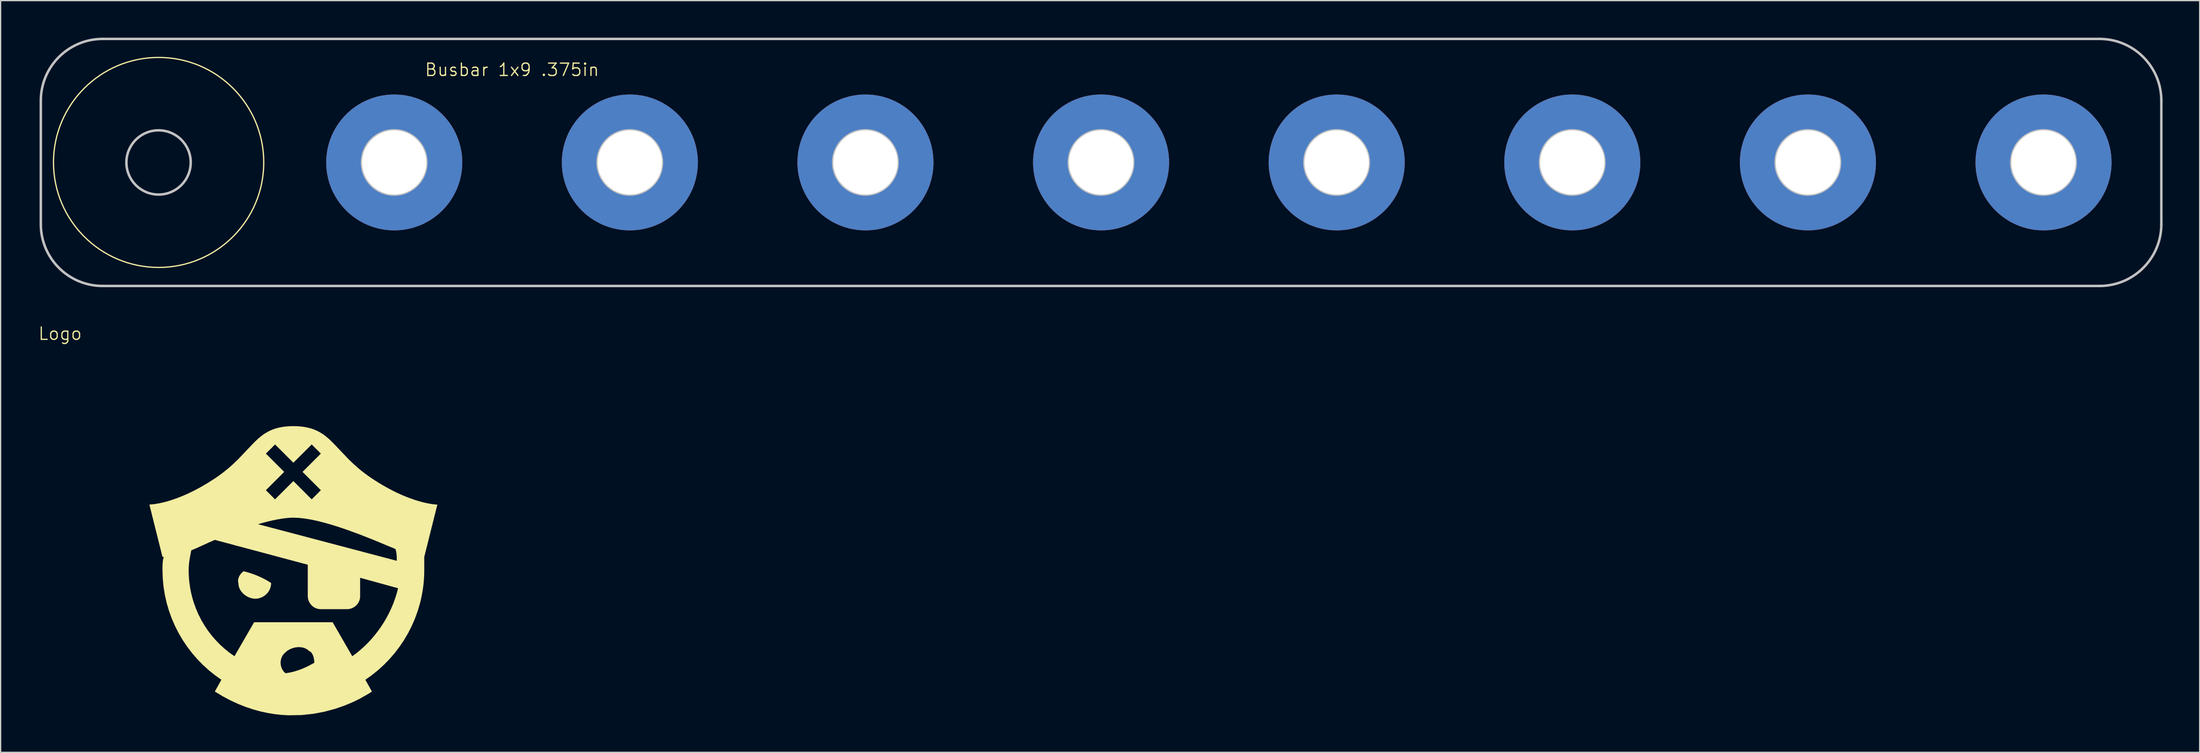
<source format=kicad_pcb>
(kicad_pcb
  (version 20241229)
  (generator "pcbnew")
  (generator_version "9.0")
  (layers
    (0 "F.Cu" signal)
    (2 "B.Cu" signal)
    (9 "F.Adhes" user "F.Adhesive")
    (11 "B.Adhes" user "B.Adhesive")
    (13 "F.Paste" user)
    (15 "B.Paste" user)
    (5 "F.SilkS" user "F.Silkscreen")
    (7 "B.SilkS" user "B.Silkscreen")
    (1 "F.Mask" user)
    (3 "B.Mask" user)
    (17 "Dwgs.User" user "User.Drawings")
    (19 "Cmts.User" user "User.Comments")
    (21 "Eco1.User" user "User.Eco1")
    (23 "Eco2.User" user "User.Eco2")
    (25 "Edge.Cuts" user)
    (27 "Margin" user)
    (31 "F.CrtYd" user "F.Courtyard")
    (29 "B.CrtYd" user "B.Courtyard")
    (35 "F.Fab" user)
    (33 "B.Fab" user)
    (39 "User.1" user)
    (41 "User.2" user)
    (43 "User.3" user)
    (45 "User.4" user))
  (footprint "Logo"
    (layer "F.Cu")
    (at 20.514 44.138)
    (property "Reference" "Logo" (at -18.703 -20.177 0) (unlocked yes) (layer "F.SilkS") (effects (font (size 1 1) (thickness 0.1))))
    (attr smd)
    (fp_poly (pts (xy -3.708 -0.901) (xy -3.553 -0.858) (xy -3.401 -0.812) (xy -3.251 -0.764) (xy -3.103 -0.713) (xy -2.958 -0.66) (xy -2.815 -0.604) (xy -2.675 -0.546) (xy -2.537 -0.485) (xy -2.402 -0.422) (xy -2.269 -0.356) (xy -2.139 -0.288) (xy -2.012 -0.217) (xy -1.886 -0.144) (xy -1.763 -0.068) (xy -1.643 0.01) (xy -1.645 0.079) (xy -1.65 0.146) (xy -1.659 0.213) (xy -1.672 0.277) (xy -1.687 0.341) (xy -1.706 0.402) (xy -1.728 0.463) (xy -1.752 0.521) (xy -1.78 0.578) (xy -1.81 0.633) (xy -1.842 0.686) (xy -1.878 0.737) (xy -1.915 0.787) (xy -1.955 0.834) (xy -1.996 0.88) (xy -2.04 0.923) (xy -2.086 0.964) (xy -2.133 1.003) (xy -2.182 1.039) (xy -2.232 1.074) (xy -2.284 1.105) (xy -2.337 1.135) (xy -2.392 1.162) (xy -2.447 1.186) (xy -2.503 1.207) (xy -2.56 1.226) (xy -2.618 1.243) (xy -2.676 1.256) (xy -2.735 1.266) (xy -2.794 1.274) (xy -2.854 1.279) (xy -2.913 1.28) (xy -2.973 1.279) (xy -3.033 1.274) (xy -3.094 1.266) (xy -3.155 1.256) (xy -3.215 1.243) (xy -3.276 1.226) (xy -3.336 1.207) (xy -3.396 1.186) (xy -3.455 1.162) (xy -3.514 1.135) (xy -3.571 1.105) (xy -3.628 1.074) (xy -3.683 1.039) (xy -3.736 1.003) (xy -3.789 0.964) (xy -3.839 0.923) (xy -3.888 0.88) (xy -3.935 0.834) (xy -3.979 0.787) (xy -4.021 0.737) (xy -4.061 0.686) (xy -4.098 0.633) (xy -4.132 0.578) (xy -4.163 0.521) (xy -4.192 0.463) (xy -4.216 0.402) (xy -4.238 0.341) (xy -4.256 0.277) (xy -4.27 0.213) (xy -4.281 0.146) (xy -4.287 0.079) (xy -4.289 0.01) (xy -4.298 -0.02) (xy -4.305 -0.051) (xy -4.311 -0.082) (xy -4.314 -0.113) (xy -4.316 -0.145) (xy -4.316 -0.178) (xy -4.315 -0.21) (xy -4.312 -0.243) (xy -4.308 -0.276) (xy -4.302 -0.309) (xy -4.294 -0.342) (xy -4.285 -0.375) (xy -4.275 -0.408) (xy -4.263 -0.441) (xy -4.25 -0.473) (xy -4.236 -0.506) (xy -4.204 -0.57) (xy -4.167 -0.632) (xy -4.126 -0.692) (xy -4.081 -0.749) (xy -4.032 -0.803) (xy -3.979 -0.854) (xy -3.952 -0.878) (xy -3.924 -0.9) (xy -3.895 -0.922) (xy -3.866 -0.942)) (stroke (width 0) (type solid)) (fill yes) (layer "F.SilkS"))
    (fp_poly (pts (xy 0.445 -12.684) (xy 0.716 -12.666) (xy 0.97 -12.636) (xy 1.21 -12.595) (xy 1.436 -12.543) (xy 1.649 -12.481) (xy 1.85 -12.408) (xy 2.041 -12.326) (xy 2.223 -12.235) (xy 2.396 -12.134) (xy 2.563 -12.026) (xy 2.723 -11.909) (xy 3.032 -11.652) (xy 3.331 -11.367) (xy 4.621 -10.011) (xy 5.013 -9.633) (xy 5.452 -9.246) (xy 5.691 -9.05) (xy 5.946 -8.853) (xy 6.217 -8.655) (xy 6.506 -8.457) (xy 6.801 -8.264) (xy 7.089 -8.084) (xy 7.37 -7.915) (xy 7.645 -7.758) (xy 7.913 -7.611) (xy 8.173 -7.475) (xy 8.427 -7.349) (xy 8.672 -7.233) (xy 8.91 -7.126) (xy 9.14 -7.028) (xy 9.362 -6.938) (xy 9.576 -6.857) (xy 9.977 -6.717) (xy 10.342 -6.604) (xy 10.671 -6.517) (xy 10.96 -6.452) (xy 11.21 -6.405) (xy 11.417 -6.373) (xy 11.581 -6.354) (xy 11.7 -6.344) (xy 11.798 -6.34) (xy 10.739 -2.107) (xy 10.739 -1.048) (xy 10.734 -0.702) (xy 10.717 -0.359) (xy 10.69 -0.018) (xy 10.652 0.319) (xy 10.603 0.653) (xy 10.545 0.984) (xy 10.476 1.312) (xy 10.397 1.636) (xy 10.21 2.271) (xy 9.986 2.89) (xy 9.725 3.491) (xy 9.43 4.071) (xy 9.101 4.631) (xy 8.739 5.168) (xy 8.348 5.682) (xy 7.926 6.17) (xy 7.477 6.631) (xy 7.002 7.065) (xy 6.501 7.469) (xy 5.977 7.842) (xy 6.506 8.794) (xy 6.238 8.972) (xy 5.474 9.404) (xy 4.925 9.668) (xy 4.274 9.938) (xy 3.528 10.196) (xy 2.696 10.421) (xy 1.784 10.596) (xy 0.801 10.701) (xy -0.247 10.717) (xy -0.793 10.686) (xy -1.352 10.625) (xy -1.924 10.532) (xy -2.507 10.406) (xy -3.1 10.242) (xy -3.704 10.04) (xy -4.316 9.797) (xy -4.935 9.509) (xy -5.562 9.176) (xy -6.194 8.794) (xy -5.665 7.842) (xy -6.189 7.469) (xy -6.69 7.065) (xy -7.165 6.631) (xy -7.326 6.466) (xy -0.876 6.466) (xy -0.874 6.525) (xy -0.87 6.585) (xy -0.862 6.644) (xy -0.851 6.702) (xy -0.837 6.76) (xy -0.82 6.818) (xy -0.8 6.874) (xy -0.777 6.929) (xy -0.75 6.983) (xy -0.721 7.035) (xy -0.688 7.086) (xy -0.653 7.136) (xy -0.614 7.183) (xy -0.572 7.228) (xy -0.527 7.272) (xy -0.479 7.313) (xy -0.321 7.29) (xy -0.166 7.263) (xy -0.013 7.231) (xy 0.138 7.195) (xy 0.287 7.155) (xy 0.434 7.11) (xy 0.58 7.061) (xy 0.725 7.008) (xy 0.868 6.952) (xy 1.01 6.892) (xy 1.152 6.829) (xy 1.292 6.762) (xy 1.571 6.62) (xy 1.849 6.466) (xy 1.848 6.404) (xy 1.844 6.338) (xy 1.837 6.269) (xy 1.828 6.198) (xy 1.815 6.126) (xy 1.799 6.053) (xy 1.78 5.981) (xy 1.757 5.91) (xy 1.73 5.842) (xy 1.715 5.809) (xy 1.699 5.778) (xy 1.683 5.747) (xy 1.665 5.717) (xy 1.646 5.689) (xy 1.626 5.662) (xy 1.605 5.637) (xy 1.583 5.613) (xy 1.56 5.592) (xy 1.535 5.572) (xy 1.51 5.554) (xy 1.483 5.538) (xy 1.455 5.525) (xy 1.426 5.513) (xy 1.375 5.466) (xy 1.322 5.423) (xy 1.267 5.384) (xy 1.21 5.349) (xy 1.151 5.318) (xy 1.09 5.29) (xy 1.028 5.267) (xy 0.965 5.247) (xy 0.9 5.231) (xy 0.835 5.218) (xy 0.769 5.209) (xy 0.702 5.203) (xy 0.635 5.2) (xy 0.568 5.2) (xy 0.501 5.203) (xy 0.434 5.209) (xy 0.301 5.229) (xy 0.17 5.26) (xy 0.044 5.301) (xy -0.077 5.35) (xy -0.191 5.407) (xy -0.297 5.471) (xy -0.347 5.506) (xy -0.394 5.542) (xy -0.438 5.58) (xy -0.479 5.619) (xy -0.527 5.66) (xy -0.572 5.703) (xy -0.614 5.749) (xy -0.653 5.796) (xy -0.688 5.845) (xy -0.721 5.896) (xy -0.75 5.949) (xy -0.777 6.003) (xy -0.8 6.058) (xy -0.82 6.114) (xy -0.837 6.171) (xy -0.851 6.229) (xy -0.862 6.288) (xy -0.87 6.347) (xy -0.874 6.406) (xy -0.876 6.466) (xy -7.326 6.466) (xy -7.614 6.17) (xy -8.036 5.682) (xy -8.427 5.168) (xy -8.789 4.631) (xy -9.118 4.071) (xy -9.413 3.491) (xy -9.674 2.89) (xy -9.898 2.271) (xy -10.085 1.636) (xy -10.233 0.984) (xy -10.34 0.319) (xy -10.405 -0.359) (xy -10.427 -1.048) (xy -8.311 -1.048) (xy -8.306 -0.772) (xy -8.293 -0.498) (xy -8.272 -0.226) (xy -8.243 0.042) (xy -8.205 0.307) (xy -8.159 0.57) (xy -8.106 0.829) (xy -8.044 1.085) (xy -7.976 1.337) (xy -7.899 1.586) (xy -7.725 2.073) (xy -7.522 2.545) (xy -7.292 3) (xy -7.036 3.438) (xy -6.755 3.857) (xy -6.45 4.257) (xy -6.123 4.637) (xy -5.774 4.996) (xy -5.404 5.333) (xy -5.014 5.647) (xy -4.607 5.937) (xy -3.019 3.185) (xy 3.331 3.185) (xy 4.918 5.937) (xy 5.251 5.69) (xy 5.573 5.427) (xy 5.883 5.148) (xy 6.182 4.854) (xy 6.468 4.545) (xy 6.742 4.223) (xy 7.001 3.889) (xy 7.247 3.542) (xy 7.477 3.185) (xy 7.692 2.817) (xy 7.891 2.439) (xy 8.074 2.052) (xy 8.238 1.658) (xy 8.385 1.256) (xy 8.514 0.848) (xy 8.623 0.433) (xy 5.553 -0.413) (xy 5.553 1.068) (xy 5.552 1.127) (xy 5.547 1.185) (xy 5.54 1.241) (xy 5.53 1.296) (xy 5.517 1.35) (xy 5.501 1.402) (xy 5.483 1.453) (xy 5.463 1.502) (xy 5.44 1.549) (xy 5.415 1.595) (xy 5.387 1.64) (xy 5.358 1.682) (xy 5.327 1.723) (xy 5.294 1.763) (xy 5.259 1.8) (xy 5.223 1.836) (xy 5.185 1.87) (xy 5.145 1.901) (xy 5.105 1.931) (xy 5.063 1.959) (xy 5.019 1.985) (xy 4.975 2.009) (xy 4.93 2.031) (xy 4.884 2.051) (xy 4.837 2.068) (xy 4.789 2.084) (xy 4.741 2.097) (xy 4.693 2.107) (xy 4.644 2.116) (xy 4.594 2.122) (xy 4.545 2.126) (xy 4.495 2.127) (xy 2.378 2.127) (xy 2.32 2.125) (xy 2.262 2.121) (xy 2.206 2.113) (xy 2.151 2.103) (xy 2.097 2.09) (xy 2.045 2.074) (xy 1.994 2.056) (xy 1.945 2.036) (xy 1.898 2.013) (xy 1.852 1.988) (xy 1.807 1.961) (xy 1.765 1.931) (xy 1.724 1.9) (xy 1.684 1.867) (xy 1.647 1.832) (xy 1.611 1.796) (xy 1.577 1.758) (xy 1.546 1.719) (xy 1.516 1.678) (xy 1.488 1.636) (xy 1.462 1.593) (xy 1.438 1.548) (xy 1.416 1.503) (xy 1.396 1.457) (xy 1.379 1.41) (xy 1.363 1.363) (xy 1.35 1.314) (xy 1.34 1.266) (xy 1.331 1.217) (xy 1.325 1.168) (xy 1.321 1.118) (xy 1.32 1.068) (xy 1.32 -1.472) (xy -6.194 -3.482) (xy -6.467 -3.364) (xy -6.73 -3.246) (xy -7.226 -3.019) (xy -7.682 -2.813) (xy -7.896 -2.72) (xy -8.099 -2.636) (xy -8.177 -2.239) (xy -8.212 -2.04) (xy -8.245 -1.842) (xy -8.272 -1.644) (xy -8.292 -1.445) (xy -8.306 -1.247) (xy -8.309 -1.147) (xy -8.311 -1.048) (xy -10.427 -1.048) (xy -10.426 -1.303) (xy -10.422 -1.439) (xy -10.414 -1.577) (xy -10.402 -1.716) (xy -10.393 -1.784) (xy -10.383 -1.852) (xy -10.371 -1.918) (xy -10.356 -1.983) (xy -10.34 -2.046) (xy -10.322 -2.107) (xy -10.427 -2.107) (xy -11.089 -4.752) (xy -2.702 -4.752) (xy 8.517 -1.789) (xy 8.515 -2.027) (xy 8.511 -2.146) (xy 8.504 -2.265) (xy 8.498 -2.325) (xy 8.491 -2.384) (xy 8.482 -2.444) (xy 8.472 -2.503) (xy 8.46 -2.563) (xy 8.446 -2.623) (xy 8.43 -2.682) (xy 8.411 -2.742) (xy 6.6 -3.496) (xy 5.529 -3.917) (xy 4.403 -4.329) (xy 3.831 -4.522) (xy 3.261 -4.701) (xy 2.697 -4.863) (xy 2.145 -5.004) (xy 1.61 -5.12) (xy 1.097 -5.207) (xy 0.61 -5.262) (xy 0.156 -5.282) (xy 0.013 -5.279) (xy -0.136 -5.272) (xy -0.454 -5.244) (xy -0.795 -5.198) (xy -1.154 -5.136) (xy -1.528 -5.059) (xy -1.913 -4.969) (xy -2.305 -4.866) (xy -2.702 -4.752) (xy -11.089 -4.752) (xy -11.486 -6.34) (xy -11.105 -6.373) (xy -10.649 -6.452) (xy -10.359 -6.517) (xy -10.03 -6.604) (xy -9.665 -6.717) (xy -9.264 -6.857) (xy -8.828 -7.028) (xy -8.36 -7.233) (xy -7.861 -7.475) (xy -7.807 -7.504) (xy -2.067 -7.504) (xy -1.326 -6.763) (xy 0.156 -8.245) (xy 1.638 -6.763) (xy 2.378 -7.504) (xy 0.897 -8.986) (xy 2.378 -10.467) (xy 1.638 -11.208) (xy 0.156 -9.727) (xy -1.326 -11.208) (xy -2.067 -10.467) (xy -0.585 -8.986) (xy -2.067 -7.504) (xy -7.807 -7.504) (xy -7.333 -7.758) (xy -6.777 -8.084) (xy -6.194 -8.457) (xy -5.905 -8.655) (xy -5.634 -8.853) (xy -5.38 -9.05) (xy -5.14 -9.246) (xy -4.914 -9.441) (xy -4.701 -9.633) (xy -4.309 -10.011) (xy -3.019 -11.367) (xy -2.72 -11.652) (xy -2.567 -11.784) (xy -2.411 -11.909) (xy -2.251 -12.026) (xy -2.084 -12.134) (xy -1.911 -12.235) (xy -1.729 -12.326) (xy -1.538 -12.408) (xy -1.337 -12.481) (xy -1.124 -12.543) (xy -0.898 -12.595) (xy -0.659 -12.636) (xy -0.404 -12.666) (xy -0.133 -12.684) (xy 0.156 -12.69)) (stroke (width 0) (type solid)) (fill yes) (layer "F.SilkS")))
  (footprint "Busbar 1x9 .375in"
    (layer "F.Cu")
    (at 0.25 10.1)
    (property "Reference" "Busbar 1x9 .375in" (at 38.1 -7.5 0) (unlocked yes) (layer "F.SilkS") (effects (font (size 1 1) (thickness 0.1))))
    (attr through_hole)
    (fp_circle (center 9.525 0) (end 18.025 0) (stroke (width 0.1) (type default)) (fill no) (layer "F.SilkS"))
    (fp_line (start 0 5) (end 0 -5) (stroke (width 0.2) (type solid)) (layer "Dwgs.User"))
    (fp_line (start 5 -10) (end 166.45 -10) (stroke (width 0.2) (type solid)) (layer "Dwgs.User"))
    (fp_line (start 166.45 10) (end 5 10) (stroke (width 0.2) (type solid)) (layer "Dwgs.User"))
    (fp_line (start 171.45 -5) (end 171.45 5) (stroke (width 0.2) (type solid)) (layer "Dwgs.User"))
    (fp_arc (start 0 -5) (mid 1.464466 -8.535534) (end 5 -10) (stroke (width 0.2) (type solid)) (layer "Dwgs.User"))
    (fp_arc (start 5 10) (mid 1.464466 8.535534) (end 0 5) (stroke (width 0.2) (type solid)) (layer "Dwgs.User"))
    (fp_arc (start 166.45 -10) (mid 169.985534 -8.535534) (end 171.45 -5) (stroke (width 0.2) (type solid)) (layer "Dwgs.User"))
    (fp_arc (start 171.45 5) (mid 169.985534 8.535534) (end 166.45 10) (stroke (width 0.2) (type solid)) (layer "Dwgs.User"))
    (fp_circle (center 9.52 0) (end 12.12 0) (stroke (width 0.2) (type solid)) (fill no) (layer "Dwgs.User"))
    (fp_circle (center 28.57 0) (end 31.17 0) (stroke (width 0.2) (type solid)) (fill no) (layer "Dwgs.User"))
    (fp_circle (center 47.62 0) (end 50.22 0) (stroke (width 0.2) (type solid)) (fill no) (layer "Dwgs.User"))
    (fp_circle (center 66.67 0) (end 69.27 0) (stroke (width 0.2) (type solid)) (fill no) (layer "Dwgs.User"))
    (fp_circle (center 85.72 0) (end 88.32 0) (stroke (width 0.2) (type solid)) (fill no) (layer "Dwgs.User"))
    (fp_circle (center 104.77 0) (end 107.37 0) (stroke (width 0.2) (type solid)) (fill no) (layer "Dwgs.User"))
    (fp_circle (center 123.82 0) (end 126.42 0) (stroke (width 0.2) (type solid)) (fill no) (layer "Dwgs.User"))
    (fp_circle (center 142.87 0) (end 145.47 0) (stroke (width 0.2) (type solid)) (fill no) (layer "Dwgs.User"))
    (fp_circle (center 161.92 0) (end 164.52 0) (stroke (width 0.2) (type solid)) (fill no) (layer "Dwgs.User"))
    (pad "2" thru_hole circle (at 28.575 0) (size 11 11) (drill 5.2) (layers "*.Cu" "*.Mask"))
    (pad "3" thru_hole circle (at 47.625 0) (size 11 11) (drill 5.2) (layers "*.Cu" "*.Mask"))
    (pad "4" thru_hole circle (at 66.675 0) (size 11 11) (drill 5.2) (layers "*.Cu" "*.Mask"))
    (pad "5" thru_hole circle (at 85.725 0) (size 11 11) (drill 5.2) (layers "*.Cu" "*.Mask"))
    (pad "6" thru_hole circle (at 104.775 0) (size 11 11) (drill 5.2) (layers "*.Cu" "*.Mask"))
    (pad "7" thru_hole circle (at 123.825 0) (size 11 11) (drill 5.2) (layers "*.Cu" "*.Mask"))
    (pad "8" thru_hole circle (at 142.875 0) (size 11 11) (drill 5.2) (layers "*.Cu" "*.Mask"))
    (pad "9" thru_hole circle (at 161.925 0) (size 11 11) (drill 5.2) (layers "*.Cu" "*.Mask")))
  (gr_rect
    (start -3 -3)
    (end 174.8 57.855)
    (stroke (width 0.1) (type default))
    (fill no)
    (layer "Edge.Cuts")))
</source>
